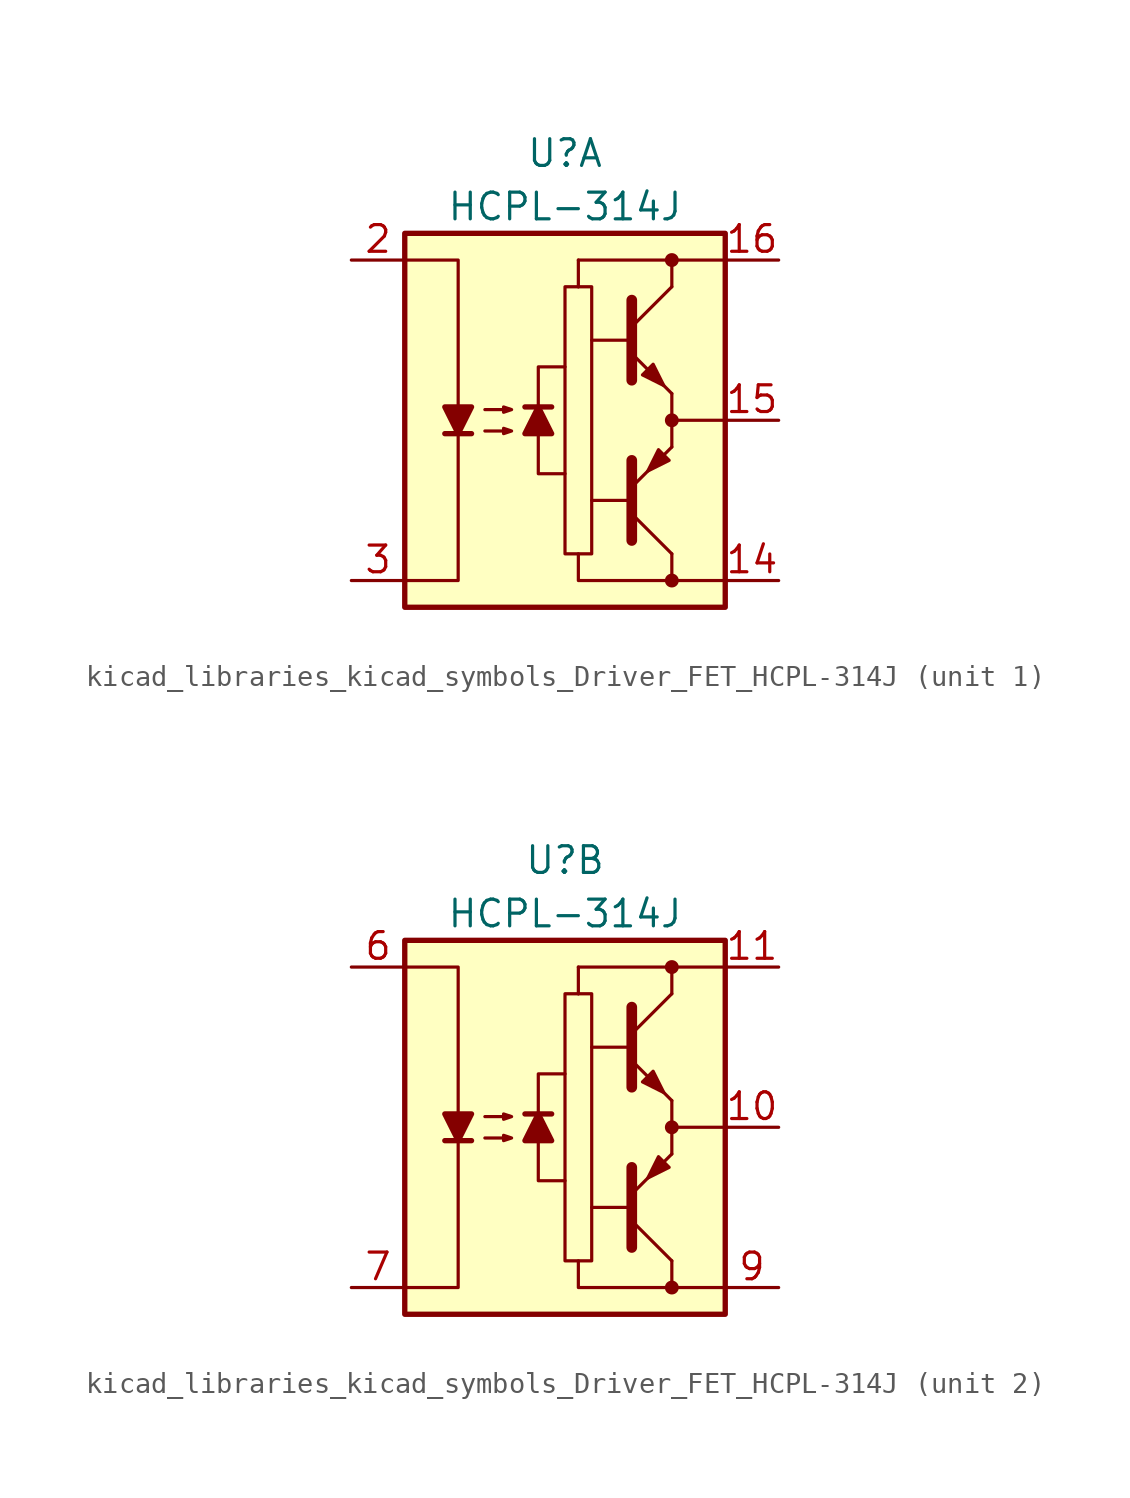
<source format=kicad_sym>
(kicad_symbol_lib
  (version 20220914)
  (generator kicad_symbol_editor)
  (symbol "kicad_libraries_kicad_symbols_Driver_FET_HCPL-314J"
    (pin_names hide)
    (property "Reference" "U"
      (at 0 12.7 0)
      (effects (font (size 1.27 1.27))))
    (property "Value" "HCPL-314J"
      (at 0 10.16 0)
      (effects (font (size 1.27 1.27))))
    (symbol "kicad_libraries_kicad_symbols_Driver_FET_HCPL-314J_0_1"
      (rectangle (start -7.62 8.89) (end 7.62 -8.89) (stroke (width 0.254) (type default)) (fill (type background)))
      (polyline (pts (xy -5.715 -0.635) (xy -4.445 -0.635)) (stroke (width 0.254) (type default)) (fill (type none)))
      (polyline (pts (xy -0.635 0.635) (xy -1.905 0.635)) (stroke (width 0.254) (type default)) (fill (type none)))
      (polyline (pts (xy 3.048 -3.81) (xy 1.27 -3.81)) (stroke (width 0) (type default)) (fill (type none)))
      (polyline (pts (xy 3.048 3.81) (xy 1.27 3.81)) (stroke (width 0) (type default)) (fill (type none)))
      (polyline (pts (xy 3.175 -4.445) (xy 5.08 -6.35)) (stroke (width 0) (type default)) (fill (type none)))
      (polyline (pts (xy 3.175 4.445) (xy 5.08 6.35)) (stroke (width 0) (type default)) (fill (type none)))
      (polyline (pts (xy 5.08 -6.35) (xy 5.08 -7.62)) (stroke (width 0) (type default)) (fill (type none)))
      (polyline (pts (xy 5.08 -1.27) (xy 3.175 -3.175)) (stroke (width 0) (type default)) (fill (type outline)))
      (polyline (pts (xy 5.08 0) (xy 7.62 0)) (stroke (width 0) (type default)) (fill (type none)))
      (polyline (pts (xy 5.08 1.27) (xy 3.175 3.175)) (stroke (width 0) (type default)) (fill (type outline)))
      (polyline (pts (xy 5.08 6.35) (xy 5.08 7.62)) (stroke (width 0) (type default)) (fill (type none)))
      (polyline (pts (xy 7.62 7.62) (xy 0.635 7.62)) (stroke (width 0) (type default)) (fill (type none)))
      (polyline (pts (xy -1.27 -0.635) (xy -1.27 -2.54) (xy 0 -2.54)) (stroke (width 0) (type default)) (fill (type none)))
      (polyline (pts (xy -1.27 0.635) (xy -1.27 2.54) (xy 0 2.54)) (stroke (width 0) (type default)) (fill (type none)))
      (polyline (pts (xy 0.635 -6.35) (xy 0.635 -7.62) (xy 7.62 -7.62)) (stroke (width 0) (type default)) (fill (type none)))
      (polyline (pts (xy 3.175 -5.715) (xy 3.175 -1.905) (xy 3.175 -1.905)) (stroke (width 0.508) (type default)) (fill (type none)))
      (polyline (pts (xy 3.175 5.715) (xy 3.175 1.905) (xy 3.175 1.905)) (stroke (width 0.508) (type default)) (fill (type none)))
      (polyline (pts (xy -7.62 7.62) (xy -5.08 7.62) (xy -5.08 -7.62) (xy -7.62 -7.62)) (stroke (width 0) (type default)) (fill (type none)))
      (polyline (pts (xy -5.08 -0.635) (xy -5.715 0.635) (xy -4.445 0.635) (xy -5.08 -0.635)) (stroke (width 0.254) (type default)) (fill (type outline)))
      (polyline (pts (xy -1.27 0.635) (xy -0.635 -0.635) (xy -1.905 -0.635) (xy -1.27 0.635)) (stroke (width 0.254) (type default)) (fill (type outline)))
      (polyline (pts (xy -3.81 -0.508) (xy -2.54 -0.508) (xy -2.921 -0.635) (xy -2.921 -0.381) (xy -2.54 -0.508)) (stroke (width 0) (type default)) (fill (type none)))
      (polyline (pts (xy -3.81 0.508) (xy -2.54 0.508) (xy -2.921 0.381) (xy -2.921 0.635) (xy -2.54 0.508)) (stroke (width 0) (type default)) (fill (type none)))
      (polyline (pts (xy 1.27 6.35) (xy 1.27 -6.35) (xy 0 -6.35) (xy 0 6.35) (xy 1.27 6.35)) (stroke (width 0) (type default)) (fill (type none)))
      (polyline (pts (xy 3.683 2.159) (xy 4.191 2.667) (xy 4.699 1.651) (xy 3.683 2.159) (xy 3.683 2.159)) (stroke (width 0) (type default)) (fill (type outline)))
      (polyline (pts (xy 4.953 -1.905) (xy 4.445 -1.397) (xy 3.937 -2.413) (xy 4.953 -1.905) (xy 4.953 -1.905)) (stroke (width 0) (type default)) (fill (type outline)))
      (rectangle (start 0.635 6.35) (end 0.635 6.35) (stroke (width 0) (type default)) (fill (type none)))
      (rectangle (start 0.635 6.35) (end 0.635 7.62) (stroke (width 0) (type default)) (fill (type none)))
      (circle (center 5.08 -7.62) (radius 0.254) (stroke (width 0) (type default)) (fill (type outline)))
      (circle (center 5.08 0) (radius 0.254) (stroke (width 0) (type default)) (fill (type outline)))
      (rectangle (start 5.08 1.27) (end 5.08 -1.27) (stroke (width 0) (type default)) (fill (type none)))
      (circle (center 5.08 7.62) (radius 0.254) (stroke (width 0) (type default)) (fill (type outline))))
    (symbol "kicad_libraries_kicad_symbols_Driver_FET_HCPL-314J_1_1"
      (pin no_connect line (at -7.62 0 0) (length 2.54) hide (name "NC" (effects (font (size 1.27 1.27)))) (number "1" (effects (font (size 1.27 1.27)))))
      (pin power_in line (at 10.16 -7.62 180) (length 2.54) (name "VEE" (effects (font (size 1.27 1.27)))) (number "14" (effects (font (size 1.27 1.27)))))
      (pin output line (at 10.16 0 180) (length 2.54) (name "VO" (effects (font (size 1.27 1.27)))) (number "15" (effects (font (size 1.27 1.27)))))
      (pin power_in line (at 10.16 7.62 180) (length 2.54) (name "VCC" (effects (font (size 1.27 1.27)))) (number "16" (effects (font (size 1.27 1.27)))))
      (pin passive line (at -10.16 7.62 0) (length 2.54) (name "A" (effects (font (size 1.27 1.27)))) (number "2" (effects (font (size 1.27 1.27)))))
      (pin passive line (at -10.16 -7.62 0) (length 2.54) (name "C" (effects (font (size 1.27 1.27)))) (number "3" (effects (font (size 1.27 1.27))))))
    (symbol "kicad_libraries_kicad_symbols_Driver_FET_HCPL-314J_2_1"
      (pin output line (at 10.16 0 180) (length 2.54) (name "VO" (effects (font (size 1.27 1.27)))) (number "10" (effects (font (size 1.27 1.27)))))
      (pin power_in line (at 10.16 7.62 180) (length 2.54) (name "VCC" (effects (font (size 1.27 1.27)))) (number "11" (effects (font (size 1.27 1.27)))))
      (pin passive line (at -10.16 7.62 0) (length 2.54) (name "A" (effects (font (size 1.27 1.27)))) (number "6" (effects (font (size 1.27 1.27)))))
      (pin passive line (at -10.16 -7.62 0) (length 2.54) (name "C" (effects (font (size 1.27 1.27)))) (number "7" (effects (font (size 1.27 1.27)))))
      (pin no_connect line (at -7.62 0 0) (length 2.54) hide (name "NC" (effects (font (size 1.27 1.27)))) (number "8" (effects (font (size 1.27 1.27)))))
      (pin power_in line (at 10.16 -7.62 180) (length 2.54) (name "VEE" (effects (font (size 1.27 1.27)))) (number "9" (effects (font (size 1.27 1.27))))))))
</source>
